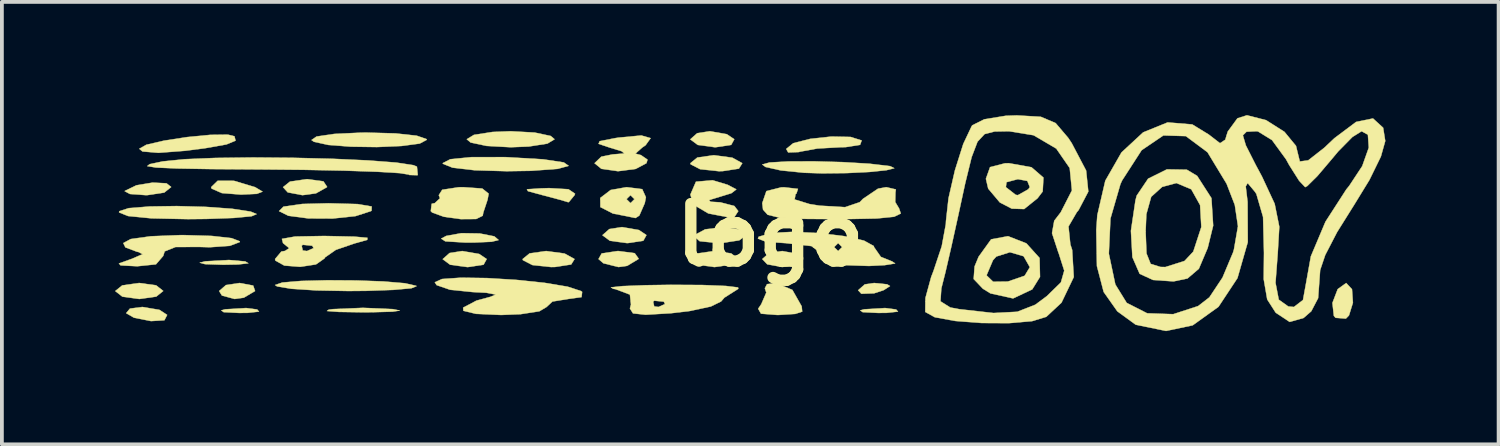
<source format=kicad_pcb>
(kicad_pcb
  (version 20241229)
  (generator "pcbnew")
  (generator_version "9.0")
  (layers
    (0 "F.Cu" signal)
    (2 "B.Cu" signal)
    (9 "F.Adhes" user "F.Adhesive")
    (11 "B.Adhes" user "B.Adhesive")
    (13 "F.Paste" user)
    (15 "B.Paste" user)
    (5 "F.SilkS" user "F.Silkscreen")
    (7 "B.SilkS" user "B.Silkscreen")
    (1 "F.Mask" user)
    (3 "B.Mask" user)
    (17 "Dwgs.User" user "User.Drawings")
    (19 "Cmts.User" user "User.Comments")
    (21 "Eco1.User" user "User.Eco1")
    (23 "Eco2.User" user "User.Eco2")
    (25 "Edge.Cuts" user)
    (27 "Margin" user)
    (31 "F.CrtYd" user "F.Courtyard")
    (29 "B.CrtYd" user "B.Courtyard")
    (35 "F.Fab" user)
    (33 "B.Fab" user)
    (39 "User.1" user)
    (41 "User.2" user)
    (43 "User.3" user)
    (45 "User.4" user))
  (footprint "logo"
    (layer "F.Cu")
    (at 17.362 3.18)
    (property "Reference" "logo" (at 0 0 0) (layer "F.SilkS") (effects (font (size 1.524 1.524) (thickness 0.3))))
    (attr through_hole)
    (fp_poly (pts (xy -16.188 1.981) (xy -15.982 2.115) (xy -16.055 2.257) (xy -16.409 2.279) (xy -16.862 2.189) (xy -17.069 2.069) (xy -16.969 1.948) (xy -16.641 1.905) (xy -16.188 1.981)) (stroke (width 0.01) (type solid)) (fill yes) (layer "F.SilkS"))
    (fp_poly (pts (xy -13.914 0.698) (xy -13.829 0.747) (xy -14.106 0.779) (xy -14.499 0.786) (xy -14.979 0.77) (xy -15.12 0.732) (xy -14.973 0.695) (xy -14.347 0.66) (xy -13.914 0.698)) (stroke (width 0.01) (type solid)) (fill yes) (layer "F.SilkS"))
    (fp_poly (pts (xy -13.703 1.337) (xy -13.652 1.482) (xy -13.951 1.659) (xy -14.194 1.693) (xy -14.531 1.602) (xy -14.605 1.482) (xy -14.423 1.324) (xy -14.063 1.27) (xy -13.703 1.337)) (stroke (width 0.01) (type solid)) (fill yes) (layer "F.SilkS"))
    (fp_poly (pts (xy -13.597 1.971) (xy -13.548 2.028) (xy -13.852 2.061) (xy -14.076 2.063) (xy -14.486 2.042) (xy -14.548 1.995) (xy -14.444 1.967) (xy -13.892 1.933) (xy -13.597 1.971)) (stroke (width 0.01) (type solid)) (fill yes) (layer "F.SilkS"))
    (fp_poly (pts (xy 0.715 0.496) (xy 0.847 0.635) (xy 0.666 0.794) (xy 0.318 0.847) (xy -0.08 0.774) (xy -0.212 0.635) (xy -0.031 0.476) (xy 0.318 0.423) (xy 0.715 0.496)) (stroke (width 0.01) (type solid)) (fill yes) (layer "F.SilkS"))
    (fp_poly (pts (xy 3.096 1.304) (xy 3.175 1.351) (xy 3 1.462) (xy 2.752 1.543) (xy 2.414 1.555) (xy 2.328 1.462) (xy 2.506 1.306) (xy 2.752 1.27) (xy 3.096 1.304)) (stroke (width 0.01) (type solid)) (fill yes) (layer "F.SilkS"))
    (fp_poly (pts (xy 3.336 1.971) (xy 3.386 2.028) (xy 3.082 2.061) (xy 2.857 2.063) (xy 2.448 2.042) (xy 2.385 1.995) (xy 2.49 1.967) (xy 3.041 1.933) (xy 3.336 1.971)) (stroke (width 0.01) (type solid)) (fill yes) (layer "F.SilkS"))
    (fp_poly (pts (xy -14.211 -1.438) (xy -13.652 -1.27) (xy -13.454 -1.152) (xy -13.605 -1.093) (xy -14.023 -1.073) (xy -14.533 -1.113) (xy -14.804 -1.232) (xy -14.817 -1.27) (xy -14.644 -1.439) (xy -14.211 -1.438)) (stroke (width 0.01) (type solid)) (fill yes) (layer "F.SilkS"))
    (fp_poly (pts (xy 15.417 1.436) (xy 15.441 1.793) (xy 15.337 2.129) (xy 15.255 2.213) (xy 14.981 2.192) (xy 14.936 2.139) (xy 14.898 1.798) (xy 15.038 1.432) (xy 15.263 1.27) (xy 15.417 1.436)) (stroke (width 0.01) (type solid)) (fill yes) (layer "F.SilkS"))
    (fp_poly (pts (xy -15.999 -1.372) (xy -15.875 -1.274) (xy -16.06 -1.126) (xy -16.508 -1.059) (xy -16.545 -1.058) (xy -16.969 -1.089) (xy -17.108 -1.164) (xy -17.1 -1.173) (xy -16.796 -1.32) (xy -16.366 -1.391) (xy -15.999 -1.372)) (stroke (width 0.01) (type solid)) (fill yes) (layer "F.SilkS"))
    (fp_poly (pts (xy -11.841 -1.424) (xy -11.743 -1.277) (xy -11.748 -1.27) (xy -12.039 -1.106) (xy -12.395 -1.058) (xy -12.787 -1.132) (xy -12.912 -1.27) (xy -12.727 -1.418) (xy -12.282 -1.482) (xy -12.264 -1.482) (xy -11.841 -1.424)) (stroke (width 0.01) (type solid)) (fill yes) (layer "F.SilkS"))
    (fp_poly (pts (xy -10.001 1.962) (xy -9.815 2) (xy -10.008 2.029) (xy -10.536 2.044) (xy -10.795 2.046) (xy -11.431 2.036) (xy -11.748 2.012) (xy -11.701 1.977) (xy -11.589 1.962) (xy -10.794 1.928) (xy -10.001 1.962)) (stroke (width 0.01) (type solid)) (fill yes) (layer "F.SilkS"))
    (fp_poly (pts (xy -7.713 0.501) (xy -7.514 0.635) (xy -7.597 0.785) (xy -8.009 0.847) (xy -8.031 0.847) (xy -8.482 0.786) (xy -8.678 0.641) (xy -8.678 0.635) (xy -8.498 0.475) (xy -8.162 0.423) (xy -7.713 0.501)) (stroke (width 0.01) (type solid)) (fill yes) (layer "F.SilkS"))
    (fp_poly (pts (xy -7.699 -0.043) (xy -7.313 0.033) (xy -7.197 0.131) (xy -7.385 0.177) (xy -7.86 0.198) (xy -8.096 0.197) (xy -8.61 0.166) (xy -8.721 0.094) (xy -8.587 0.022) (xy -8.184 -0.051) (xy -7.699 -0.043)) (stroke (width 0.01) (type solid)) (fill yes) (layer "F.SilkS"))
    (fp_poly (pts (xy -5.45 0.489) (xy -5.186 0.635) (xy -5.275 0.779) (xy -5.706 0.845) (xy -5.808 0.847) (xy -6.303 0.794) (xy -6.554 0.665) (xy -6.562 0.635) (xy -6.378 0.485) (xy -5.939 0.423) (xy -5.45 0.489)) (stroke (width 0.01) (type solid)) (fill yes) (layer "F.SilkS"))
    (fp_poly (pts (xy -3.591 0.48) (xy -3.487 0.625) (xy -3.493 0.635) (xy -3.792 0.815) (xy -4.022 0.847) (xy -4.422 0.747) (xy -4.551 0.635) (xy -4.467 0.486) (xy -4.053 0.424) (xy -4.022 0.423) (xy -3.591 0.48)) (stroke (width 0.01) (type solid)) (fill yes) (layer "F.SilkS"))
    (fp_poly (pts (xy -3.48 -0.134) (xy -3.281 0) (xy -3.364 0.15) (xy -3.775 0.212) (xy -3.798 0.212) (xy -4.249 0.151) (xy -4.445 0.006) (xy -4.445 0) (xy -4.264 -0.16) (xy -3.928 -0.212) (xy -3.48 -0.134)) (stroke (width 0.01) (type solid)) (fill yes) (layer "F.SilkS"))
    (fp_poly (pts (xy -1.152 -2.674) (xy -0.953 -2.54) (xy -1.035 -2.39) (xy -1.447 -2.328) (xy -1.469 -2.328) (xy -1.92 -2.389) (xy -2.116 -2.534) (xy -2.117 -2.54) (xy -1.936 -2.7) (xy -1.6 -2.752) (xy -1.152 -2.674)) (stroke (width 0.01) (type solid)) (fill yes) (layer "F.SilkS"))
    (fp_poly (pts (xy -1.005 -2.051) (xy -0.741 -1.905) (xy -0.83 -1.761) (xy -1.261 -1.695) (xy -1.363 -1.693) (xy -1.858 -1.746) (xy -2.109 -1.875) (xy -2.117 -1.905) (xy -1.933 -2.055) (xy -1.494 -2.117) (xy -1.005 -2.051)) (stroke (width 0.01) (type solid)) (fill yes) (layer "F.SilkS"))
    (fp_poly (pts (xy -0.817 -0.149) (xy -0.635 0) (xy -0.821 0.139) (xy -1.28 0.209) (xy -1.388 0.212) (xy -1.87 0.162) (xy -2.023 0.029) (xy -2.011 0) (xy -1.725 -0.152) (xy -1.258 -0.212) (xy -0.817 -0.149)) (stroke (width 0.01) (type solid)) (fill yes) (layer "F.SilkS"))
    (fp_poly (pts (xy -16.276 1.331) (xy -16.087 1.479) (xy -16.087 1.482) (xy -16.271 1.63) (xy -16.714 1.693) (xy -16.722 1.693) (xy -17.168 1.632) (xy -17.357 1.484) (xy -17.357 1.482) (xy -17.173 1.333) (xy -16.73 1.27) (xy -16.722 1.27) (xy -16.276 1.331)) (stroke (width 0.01) (type solid)) (fill yes) (layer "F.SilkS"))
    (fp_poly (pts (xy -10.935 -0.822) (xy -10.562 -0.758) (xy -10.565 -0.647) (xy -10.583 -0.635) (xy -10.99 -0.503) (xy -11.596 -0.439) (xy -12.241 -0.442) (xy -12.77 -0.512) (xy -13.018 -0.635) (xy -12.9 -0.754) (xy -12.399 -0.825) (xy -11.707 -0.843) (xy -10.935 -0.822)) (stroke (width 0.01) (type solid)) (fill yes) (layer "F.SilkS"))
    (fp_poly (pts (xy -6.242 -2.717) (xy -5.819 -2.627) (xy -5.715 -2.54) (xy -5.906 -2.424) (xy -6.4 -2.347) (xy -6.879 -2.328) (xy -7.517 -2.363) (xy -7.94 -2.453) (xy -8.043 -2.54) (xy -7.852 -2.656) (xy -7.358 -2.733) (xy -6.879 -2.752) (xy -6.242 -2.717)) (stroke (width 0.01) (type solid)) (fill yes) (layer "F.SilkS"))
    (fp_poly (pts (xy -5.348 -1.215) (xy -5.172 -1.096) (xy -5.186 -1.058) (xy -5.337 -0.875) (xy -5.357 -0.872) (xy -5.567 -0.935) (xy -6.018 -1.055) (xy -6.032 -1.058) (xy -6.421 -1.164) (xy -6.449 -1.214) (xy -6.088 -1.238) (xy -5.861 -1.245) (xy -5.348 -1.215)) (stroke (width 0.01) (type solid)) (fill yes) (layer "F.SilkS"))
    (fp_poly (pts (xy -1.036 0.485) (xy -0.847 0.632) (xy -0.847 0.635) (xy -1.031 0.784) (xy -1.474 0.847) (xy -1.482 0.847) (xy -1.928 0.785) (xy -2.117 0.638) (xy -2.117 0.635) (xy -1.933 0.486) (xy -1.49 0.423) (xy -1.482 0.423) (xy -1.036 0.485)) (stroke (width 0.01) (type solid)) (fill yes) (layer "F.SilkS"))
    (fp_poly (pts (xy -14.199 -2.619) (xy -14.169 -2.503) (xy -14.409 -2.403) (xy -14.977 -2.302) (xy -15.505 -2.234) (xy -16.213 -2.18) (xy -16.636 -2.216) (xy -16.722 -2.287) (xy -16.534 -2.394) (xy -16.064 -2.503) (xy -15.454 -2.597) (xy -14.843 -2.656) (xy -14.374 -2.662) (xy -14.199 -2.619)) (stroke (width 0.01) (type solid)) (fill yes) (layer "F.SilkS"))
    (fp_poly (pts (xy 0.587 1.453) (xy 0.833 1.888) (xy 0.847 2.028) (xy 0.662 2.089) (xy 0.214 2.117) (xy 0.186 2.117) (xy -0.245 2.083) (xy -0.32 1.952) (xy -0.239 1.833) (xy -0.105 1.524) (xy -0.143 1.409) (xy -0.085 1.3) (xy 0.154 1.27) (xy 0.587 1.453)) (stroke (width 0.01) (type solid)) (fill yes) (layer "F.SilkS"))
    (fp_poly (pts (xy 2.128 -2.601) (xy 2.424 -2.508) (xy 2.38 -2.391) (xy 1.998 -2.331) (xy 1.859 -2.328) (xy 1.249 -2.294) (xy 0.787 -2.21) (xy 0.758 -2.2) (xy 0.475 -2.19) (xy 0.423 -2.283) (xy 0.609 -2.435) (xy 1.059 -2.55) (xy 1.618 -2.611) (xy 2.128 -2.601)) (stroke (width 0.01) (type solid)) (fill yes) (layer "F.SilkS"))
    (fp_poly (pts (xy -6.986 -2.065) (xy -6.018 -2.008) (xy -5.471 -1.926) (xy -5.342 -1.835) (xy -5.633 -1.755) (xy -6.343 -1.703) (xy -6.985 -1.693) (xy -7.831 -1.718) (xy -8.42 -1.787) (xy -8.674 -1.889) (xy -8.678 -1.907) (xy -8.478 -2.011) (xy -7.917 -2.066) (xy -7.055 -2.067) (xy -6.986 -2.065)) (stroke (width 0.01) (type solid)) (fill yes) (layer "F.SilkS"))
    (fp_poly (pts (xy -14.958 -0.748) (xy -14.263 -0.698) (xy -13.768 -0.622) (xy -13.609 -0.557) (xy -13.745 -0.499) (xy -14.219 -0.454) (xy -14.946 -0.428) (xy -15.429 -0.423) (xy -16.399 -0.444) (xy -17.019 -0.505) (xy -17.257 -0.601) (xy -17.252 -0.633) (xy -17 -0.714) (xy -16.451 -0.758) (xy -15.729 -0.769) (xy -14.958 -0.748)) (stroke (width 0.01) (type solid)) (fill yes) (layer "F.SilkS"))
    (fp_poly (pts (xy -9.93 -2.695) (xy -9.369 -2.634) (xy -9.109 -2.544) (xy -9.102 -2.525) (xy -9.291 -2.425) (xy -9.775 -2.361) (xy -10.425 -2.333) (xy -11.113 -2.343) (xy -11.712 -2.389) (xy -12.093 -2.473) (xy -12.158 -2.519) (xy -12.023 -2.612) (xy -11.554 -2.681) (xy -10.838 -2.715) (xy -10.689 -2.716) (xy -9.93 -2.695)) (stroke (width 0.01) (type solid)) (fill yes) (layer "F.SilkS"))
    (fp_poly (pts (xy -10.977 1.202) (xy -10.251 1.228) (xy -9.682 1.276) (xy -9.383 1.344) (xy -9.372 1.353) (xy -9.509 1.409) (xy -9.984 1.452) (xy -10.712 1.478) (xy -11.183 1.482) (xy -12.03 1.466) (xy -12.69 1.423) (xy -13.069 1.36) (xy -13.123 1.323) (xy -12.931 1.257) (xy -12.433 1.215) (xy -11.742 1.197) (xy -10.977 1.202)) (stroke (width 0.01) (type solid)) (fill yes) (layer "F.SilkS"))
    (fp_poly (pts (xy 1.917 -1.934) (xy 2.626 -1.892) (xy 3.171 -1.828) (xy 3.175 -1.828) (xy 3.289 -1.772) (xy 3.073 -1.718) (xy 2.62 -1.672) (xy 2.025 -1.643) (xy 1.379 -1.636) (xy 0.9 -1.651) (xy 0.279 -1.714) (xy -0.125 -1.805) (xy -0.212 -1.87) (xy -0.02 -1.924) (xy 0.477 -1.952) (xy 1.162 -1.955) (xy 1.917 -1.934)) (stroke (width 0.01) (type solid)) (fill yes) (layer "F.SilkS"))
    (fp_poly (pts (xy -7.632 -1.234) (xy -7.462 -1.098) (xy -7.492 -0.935) (xy -7.604 -0.598) (xy -7.62 -0.512) (xy -7.795 -0.426) (xy -8.199 -0.423) (xy -8.648 -0.485) (xy -8.959 -0.598) (xy -8.996 -0.635) (xy -8.972 -0.83) (xy -8.89 -0.847) (xy -8.752 -0.976) (xy -8.784 -1.058) (xy -8.693 -1.201) (xy -8.259 -1.268) (xy -8.139 -1.27) (xy -7.632 -1.234)) (stroke (width 0.01) (type solid)) (fill yes) (layer "F.SilkS"))
    (fp_poly (pts (xy -1.129 -1.333) (xy -0.898 -1.211) (xy -1.031 -1.109) (xy -1.27 -1.036) (xy -1.624 -0.928) (xy -1.583 -0.884) (xy -1.323 -0.868) (xy -0.951 -0.771) (xy -0.847 -0.635) (xy -0.966 -0.452) (xy -1.005 -0.452) (xy -1.322 -0.512) (xy -1.64 -0.573) (xy -2.038 -0.808) (xy -2.117 -1.073) (xy -1.969 -1.415) (xy -1.527 -1.453) (xy -1.129 -1.333)) (stroke (width 0.01) (type solid)) (fill yes) (layer "F.SilkS"))
    (fp_poly (pts (xy -3.392 -1.217) (xy -3.295 -1.002) (xy -3.325 -0.847) (xy -3.469 -0.518) (xy -3.57 -0.452) (xy -3.865 -0.512) (xy -4.169 -0.571) (xy -4.502 -0.742) (xy -4.504 -0.953) (xy -3.81 -0.953) (xy -3.704 -0.847) (xy -3.598 -0.953) (xy -3.704 -1.058) (xy -3.81 -0.953) (xy -4.504 -0.953) (xy -4.504 -0.985) (xy -4.23 -1.195) (xy -3.807 -1.27) (xy -3.392 -1.217)) (stroke (width 0.01) (type solid)) (fill yes) (layer "F.SilkS"))
    (fp_poly (pts (xy -3.169 -2.569) (xy -3.305 -2.38) (xy -3.393 -2.32) (xy -3.573 -2.159) (xy -3.427 -2.12) (xy -3.252 -1.999) (xy -3.281 -1.905) (xy -3.567 -1.753) (xy -4.034 -1.693) (xy -4.475 -1.756) (xy -4.657 -1.905) (xy -4.477 -2.078) (xy -4.18 -2.138) (xy -3.867 -2.163) (xy -3.939 -2.223) (xy -4.233 -2.312) (xy -4.55 -2.418) (xy -4.521 -2.489) (xy -4.112 -2.569) (xy -4.022 -2.583) (xy -3.416 -2.64) (xy -3.169 -2.569)) (stroke (width 0.01) (type solid)) (fill yes) (layer "F.SilkS"))
    (fp_poly (pts (xy 6.922 -1.798) (xy 7.24 -1.524) (xy 7.22 -1.155) (xy 7.083 -0.975) (xy 6.728 -0.69) (xy 6.4 -0.701) (xy 6.085 -0.864) (xy 5.776 -1.231) (xy 5.767 -1.27) (xy 6.244 -1.27) (xy 6.505 -1.067) (xy 6.562 -1.058) (xy 6.836 -1.212) (xy 6.879 -1.27) (xy 6.813 -1.435) (xy 6.562 -1.482) (xy 6.261 -1.402) (xy 6.244 -1.27) (xy 5.767 -1.27) (xy 5.715 -1.492) (xy 5.825 -1.801) (xy 6.222 -1.903) (xy 6.324 -1.905) (xy 6.922 -1.798)) (stroke (width 0.01) (type solid)) (fill yes) (layer "F.SilkS"))
    (fp_poly (pts (xy 6.787 0.219) (xy 7.137 0.606) (xy 7.149 1.107) (xy 6.943 1.439) (xy 6.435 1.678) (xy 5.835 1.545) (xy 5.634 1.42) (xy 5.391 1.164) (xy 5.398 1.067) (xy 5.732 1.067) (xy 5.906 1.236) (xy 6.297 1.231) (xy 6.742 1.078) (xy 6.879 0.85) (xy 6.714 0.56) (xy 6.351 0.454) (xy 5.991 0.568) (xy 5.902 0.667) (xy 5.732 1.067) (xy 5.398 1.067) (xy 5.415 0.832) (xy 5.522 0.573) (xy 5.854 0.112) (xy 6.301 0.029) (xy 6.787 0.219)) (stroke (width 0.01) (type solid)) (fill yes) (layer "F.SilkS"))
    (fp_poly (pts (xy -14.802 0.022) (xy -14.275 0.081) (xy -14.057 0.165) (xy -14.059 0.185) (xy -14.322 0.285) (xy -14.85 0.322) (xy -15.13 0.314) (xy -15.76 0.316) (xy -16.048 0.431) (xy -16.087 0.552) (xy -16.279 0.775) (xy -16.775 0.826) (xy -17.215 0.803) (xy -17.262 0.752) (xy -16.943 0.638) (xy -16.933 0.635) (xy -16.632 0.506) (xy -16.749 0.446) (xy -16.775 0.444) (xy -17.089 0.326) (xy -17.145 0.212) (xy -16.948 0.105) (xy -16.414 0.031) (xy -15.628 0.000243) (xy -15.545 0) (xy -14.802 0.022)) (stroke (width 0.01) (type solid)) (fill yes) (layer "F.SilkS"))
    (fp_poly (pts (xy -12.644 -2.048) (xy -11.598 -2.022) (xy -10.657 -1.979) (xy -9.913 -1.922) (xy -9.456 -1.853) (xy -9.363 -1.814) (xy -9.341 -1.596) (xy -9.349 -1.587) (xy -9.565 -1.593) (xy -9.575 -1.603) (xy -9.816 -1.642) (xy -10.41 -1.678) (xy -11.288 -1.708) (xy -12.379 -1.73) (xy -13.474 -1.74) (xy -14.79 -1.749) (xy -15.714 -1.765) (xy -16.277 -1.79) (xy -16.511 -1.828) (xy -16.445 -1.88) (xy -16.112 -1.95) (xy -16.087 -1.954) (xy -15.519 -2.011) (xy -14.695 -2.045) (xy -13.707 -2.057) (xy -12.644 -2.048)) (stroke (width 0.01) (type solid)) (fill yes) (layer "F.SilkS"))
    (fp_poly (pts (xy -7.507 1.139) (xy -6.729 1.187) (xy -5.98 1.265) (xy -5.37 1.367) (xy -5.012 1.484) (xy -4.985 1.505) (xy -5 1.644) (xy -5.355 1.693) (xy -5.773 1.761) (xy -5.927 1.905) (xy -6.118 2.019) (xy -6.615 2.096) (xy -7.133 2.117) (xy -7.799 2.087) (xy -8.132 2.006) (xy -8.139 1.923) (xy -7.787 1.737) (xy -7.408 1.634) (xy -7.276 1.576) (xy -7.523 1.529) (xy -7.885 1.51) (xy -8.484 1.449) (xy -8.841 1.326) (xy -8.89 1.251) (xy -8.699 1.164) (xy -8.201 1.129) (xy -7.507 1.139)) (stroke (width 0.01) (type solid)) (fill yes) (layer "F.SilkS"))
    (fp_poly (pts (xy 1.284 -0.054) (xy 1.955 0.027) (xy 2.484 0.146) (xy 2.744 0.29) (xy 2.752 0.321) (xy 2.932 0.578) (xy 3.228 0.697) (xy 3.311 0.752) (xy 3.032 0.797) (xy 2.616 0.818) (xy 1.892 0.794) (xy 1.506 0.664) (xy 1.405 0.529) (xy 1.128 0.318) (xy 1.693 0.318) (xy 1.799 0.423) (xy 1.905 0.318) (xy 1.799 0.212) (xy 1.693 0.318) (xy 1.128 0.318) (xy 1.094 0.292) (xy 0.399 0.212) (xy 0.388 0.212) (xy -0.109 0.178) (xy -0.327 0.093) (xy -0.307 0.044) (xy 0.025 -0.057) (xy 0.598 -0.086) (xy 1.284 -0.054)) (stroke (width 0.01) (type solid)) (fill yes) (layer "F.SilkS"))
    (fp_poly (pts (xy 3.329 -1.21) (xy 3.318 -1.131) (xy 3.312 -0.876) (xy 3.414 -0.707) (xy 3.46 -0.572) (xy 3.283 -0.486) (xy 2.823 -0.44) (xy 2.018 -0.424) (xy 1.719 -0.423) (xy 0.807 -0.43) (xy 0.238 -0.463) (xy -0.068 -0.538) (xy -0.191 -0.674) (xy -0.212 -0.847) (xy -0.102 -1.166) (xy 0.294 -1.266) (xy 0.37 -1.267) (xy 0.735 -1.225) (xy 0.694 -1.1) (xy 0.671 -1.085) (xy 0.646 -0.944) (xy 1.043 -0.822) (xy 1.306 -0.78) (xy 1.983 -0.74) (xy 2.371 -0.872) (xy 2.458 -0.961) (xy 2.856 -1.23) (xy 3.075 -1.27) (xy 3.329 -1.21)) (stroke (width 0.01) (type solid)) (fill yes) (layer "F.SilkS"))
    (fp_poly (pts (xy -1.799 1.323) (xy -1.177 1.348) (xy -0.853 1.387) (xy -0.847 1.424) (xy -1.216 1.658) (xy -1.303 1.759) (xy -1.576 1.893) (xy -2.133 2.012) (xy -2.63 2.071) (xy -3.302 2.111) (xy -3.637 2.075) (xy -3.719 1.945) (xy -3.691 1.841) (xy -3.699 1.764) (xy -3.104 1.764) (xy -3.075 1.89) (xy -2.963 1.905) (xy -2.789 1.828) (xy -2.822 1.764) (xy -3.073 1.739) (xy -3.104 1.764) (xy -3.699 1.764) (xy -3.719 1.577) (xy -4.102 1.433) (xy -4.164 1.423) (xy -4.223 1.385) (xy -3.917 1.352) (xy -3.305 1.328) (xy -2.646 1.318) (xy -1.799 1.323)) (stroke (width 0.01) (type solid)) (fill yes) (layer "F.SilkS"))
    (fp_poly (pts (xy -11.748 0.025) (xy -11.018 0.041) (xy -10.674 0.072) (xy -10.68 0.127) (xy -10.999 0.216) (xy -11.001 0.216) (xy -11.51 0.39) (xy -11.798 0.59) (xy -11.812 0.618) (xy -12.039 0.777) (xy -12.456 0.841) (xy -12.877 0.808) (xy -13.114 0.676) (xy -13.123 0.635) (xy -12.956 0.436) (xy -12.859 0.42) (xy -12.749 0.347) (xy -12.827 0.282) (xy -12.418 0.282) (xy -12.389 0.408) (xy -12.277 0.423) (xy -12.102 0.346) (xy -12.136 0.282) (xy -12.387 0.257) (xy -12.418 0.282) (xy -12.827 0.282) (xy -12.912 0.212) (xy -12.941 0.1) (xy -12.591 0.038) (xy -11.84 0.024) (xy -11.748 0.025)) (stroke (width 0.01) (type solid)) (fill yes) (layer "F.SilkS"))
    (fp_poly (pts (xy 11.039 -1.733) (xy 11.313 -1.569) (xy 11.692 -0.979) (xy 11.738 -0.251) (xy 11.593 0.34) (xy 11.359 0.892) (xy 11.057 1.15) (xy 10.688 1.227) (xy 10.146 1.19) (xy 9.789 1.026) (xy 9.597 0.585) (xy 9.559 -0.098) (xy 9.948 -0.098) (xy 9.971 0.487) (xy 10.081 0.763) (xy 10.34 0.844) (xy 10.47 0.847) (xy 10.978 0.686) (xy 11.211 0.437) (xy 11.424 -0.214) (xy 11.391 -0.795) (xy 11.157 -1.214) (xy 10.764 -1.379) (xy 10.385 -1.277) (xy 10.095 -1.014) (xy 9.967 -0.554) (xy 9.948 -0.098) (xy 9.559 -0.098) (xy 9.558 -0.111) (xy 9.678 -0.918) (xy 9.711 -1.045) (xy 10.014 -1.495) (xy 10.512 -1.742) (xy 11.039 -1.733)) (stroke (width 0.01) (type solid)) (fill yes) (layer "F.SilkS"))
    (fp_poly (pts (xy 7.17 -3.135) (xy 7.563 -2.968) (xy 7.895 -2.578) (xy 7.99 -2.435) (xy 8.371 -1.71) (xy 8.429 -1.153) (xy 8.172 -0.663) (xy 8.125 -0.608) (xy 7.904 -0.228) (xy 7.953 0.246) (xy 8.001 0.393) (xy 8.044 1.111) (xy 7.718 1.791) (xy 7.315 2.166) (xy 6.939 2.281) (xy 6.324 2.334) (xy 5.601 2.33) (xy 4.903 2.276) (xy 4.361 2.177) (xy 4.108 2.037) (xy 4.108 2.036) (xy 4.111 1.755) (xy 4.511 1.755) (xy 4.77 1.918) (xy 5.007 1.963) (xy 5.916 2.065) (xy 6.546 2.032) (xy 7.024 1.845) (xy 7.329 1.618) (xy 7.703 1.253) (xy 7.791 0.942) (xy 7.645 0.484) (xy 7.631 0.449) (xy 7.467 -0.051) (xy 7.526 -0.38) (xy 7.698 -0.604) (xy 7.995 -1.184) (xy 7.936 -1.777) (xy 7.579 -2.293) (xy 6.978 -2.646) (xy 6.327 -2.752) (xy 5.945 -2.745) (xy 5.681 -2.677) (xy 5.493 -2.475) (xy 5.337 -2.066) (xy 5.168 -1.378) (xy 4.984 -0.529) (xy 4.805 0.281) (xy 4.644 0.979) (xy 4.534 1.413) (xy 4.511 1.755) (xy 4.111 1.755) (xy 4.113 1.665) (xy 4.265 1.109) (xy 4.326 0.951) (xy 4.544 0.298) (xy 4.653 -0.29) (xy 4.657 -0.372) (xy 4.724 -0.975) (xy 4.894 -1.716) (xy 5.115 -2.415) (xy 5.339 -2.889) (xy 5.355 -2.91) (xy 5.673 -3.069) (xy 6.244 -3.162) (xy 6.535 -3.172) (xy 7.17 -3.135)) (stroke (width 0.01) (type solid)) (fill yes) (layer "F.SilkS"))
    (fp_poly (pts (xy 13.139 -3.046) (xy 13.626 -2.737) (xy 13.933 -2.364) (xy 13.97 -2.21) (xy 14.034 -1.951) (xy 14.257 -1.981) (xy 14.682 -2.314) (xy 14.951 -2.568) (xy 15.526 -2.999) (xy 15.973 -3.091) (xy 16.242 -2.845) (xy 16.298 -2.494) (xy 16.182 -2.081) (xy 15.879 -1.462) (xy 15.455 -0.77) (xy 15.451 -0.765) (xy 15.022 -0.079) (xy 14.707 0.529) (xy 14.573 0.926) (xy 14.573 0.928) (xy 14.536 1.441) (xy 14.519 1.671) (xy 14.337 2.019) (xy 14.132 2.197) (xy 13.765 2.301) (xy 13.395 2.056) (xy 13.17 1.705) (xy 13.077 1.167) (xy 13.084 0.472) (xy 13.06 -0.48) (xy 12.883 -1.089) (xy 12.848 -1.144) (xy 12.652 -1.379) (xy 12.601 -1.29) (xy 12.65 -0.881) (xy 12.655 0.187) (xy 12.382 1.139) (xy 11.879 1.9) (xy 11.195 2.391) (xy 10.489 2.54) (xy 9.685 2.375) (xy 9.198 2.02) (xy 8.836 1.507) (xy 8.657 0.821) (xy 8.651 0.493) (xy 8.973 0.493) (xy 9.145 1.308) (xy 9.447 1.797) (xy 9.988 2.072) (xy 10.679 2.096) (xy 11.339 1.881) (xy 11.637 1.65) (xy 11.986 1.125) (xy 12.265 0.46) (xy 12.289 0.377) (xy 12.395 -0.235) (xy 12.311 -0.799) (xy 12.094 -1.36) (xy 11.587 -2.196) (xy 11.014 -2.623) (xy 10.419 -2.641) (xy 9.842 -2.25) (xy 9.325 -1.449) (xy 9.28 -1.351) (xy 9.016 -0.439) (xy 8.973 0.493) (xy 8.651 0.493) (xy 8.64 -0.135) (xy 8.667 -0.526) (xy 8.879 -1.441) (xy 9.308 -2.19) (xy 9.882 -2.722) (xy 10.531 -2.986) (xy 11.185 -2.932) (xy 11.622 -2.664) (xy 11.919 -2.435) (xy 12.058 -2.527) (xy 12.093 -2.643) (xy 12.525 -2.643) (xy 12.603 -2.379) (xy 12.864 -1.863) (xy 13.034 -1.546) (xy 13.368 -0.828) (xy 13.49 -0.221) (xy 13.449 0.483) (xy 13.39 1.264) (xy 13.476 1.711) (xy 13.728 1.891) (xy 13.877 1.905) (xy 14.118 1.72) (xy 14.182 1.369) (xy 14.327 0.562) (xy 14.714 -0.355) (xy 15.267 -1.212) (xy 15.343 -1.305) (xy 15.688 -1.828) (xy 15.862 -2.318) (xy 15.838 -2.66) (xy 15.672 -2.752) (xy 15.428 -2.6) (xy 15.05 -2.216) (xy 14.879 -2.011) (xy 14.5 -1.565) (xy 14.233 -1.301) (xy 14.177 -1.27) (xy 14.017 -1.438) (xy 13.753 -1.855) (xy 13.667 -2.011) (xy 13.297 -2.518) (xy 12.923 -2.748) (xy 12.878 -2.752) (xy 12.621 -2.739) (xy 12.525 -2.643) (xy 12.093 -2.643) (xy 12.124 -2.743) (xy 12.381 -3.095) (xy 12.633 -3.175) (xy 13.139 -3.046)) (stroke (width 0.01) (type solid)) (fill yes) (layer "F.SilkS")))
  (gr_rect
    (start -3 -3)
    (end 36.664 8.725)
    (stroke (width 0.1) (type default))
    (fill no)
    (layer "Edge.Cuts")))
</source>
